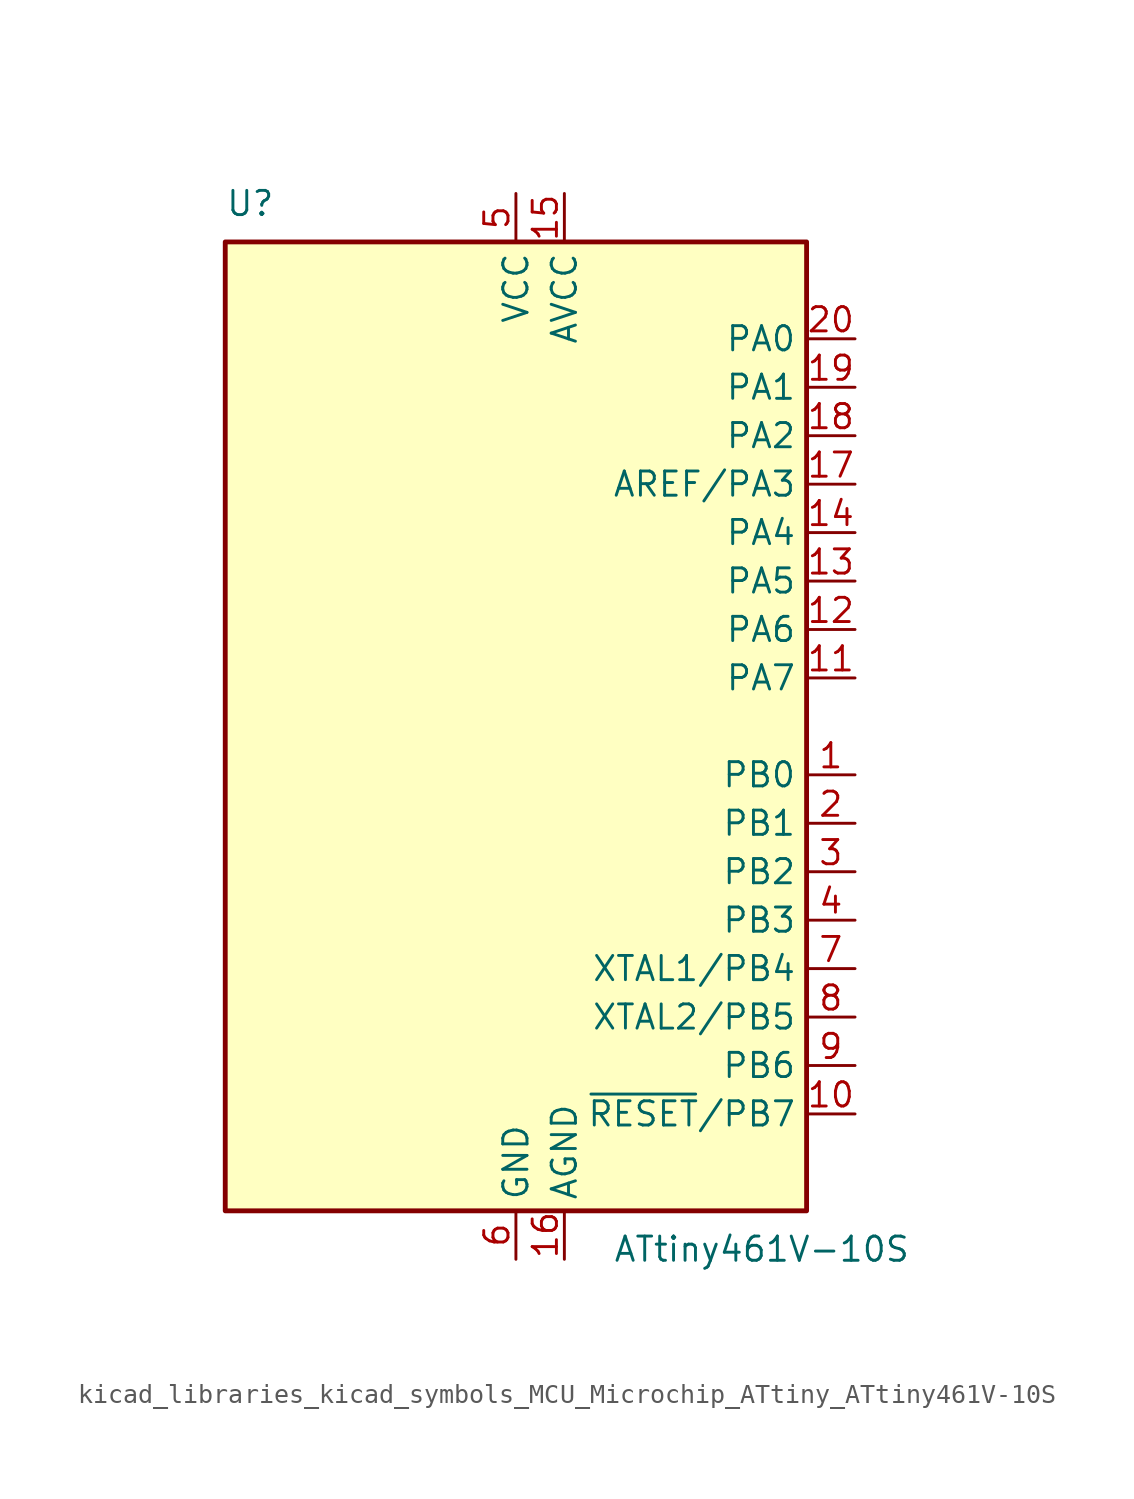
<source format=kicad_sym>
(kicad_symbol_lib
  (version 20220914)
  (generator kicad_symbol_editor)
  (symbol "kicad_libraries_kicad_symbols_MCU_Microchip_ATtiny_ATtiny461V-10S"
    (property "Reference" "U"
      (at -15.24 26.67 0)
      (effects (font (size 1.27 1.27)) (justify left bottom)))
    (property "Value" "ATtiny461V-10S"
      (at 5.08 -26.67 0)
      (effects (font (size 1.27 1.27)) (justify left top)))
    (symbol "kicad_libraries_kicad_symbols_MCU_Microchip_ATtiny_ATtiny461V-10S_0_1"
      (rectangle (start -15.24 -25.4) (end 15.24 25.4) (stroke (width 0.254) (type default)) (fill (type background))))
    (symbol "kicad_libraries_kicad_symbols_MCU_Microchip_ATtiny_ATtiny461V-10S_1_1"
      (pin bidirectional line (at 17.78 -2.54 180) (length 2.54) (name "PB0" (effects (font (size 1.27 1.27)))) (number "1" (effects (font (size 1.27 1.27)))))
      (pin bidirectional line (at 17.78 -20.32 180) (length 2.54) (name "~{RESET}/PB7" (effects (font (size 1.27 1.27)))) (number "10" (effects (font (size 1.27 1.27)))))
      (pin bidirectional line (at 17.78 2.54 180) (length 2.54) (name "PA7" (effects (font (size 1.27 1.27)))) (number "11" (effects (font (size 1.27 1.27)))))
      (pin bidirectional line (at 17.78 5.08 180) (length 2.54) (name "PA6" (effects (font (size 1.27 1.27)))) (number "12" (effects (font (size 1.27 1.27)))))
      (pin bidirectional line (at 17.78 7.62 180) (length 2.54) (name "PA5" (effects (font (size 1.27 1.27)))) (number "13" (effects (font (size 1.27 1.27)))))
      (pin bidirectional line (at 17.78 10.16 180) (length 2.54) (name "PA4" (effects (font (size 1.27 1.27)))) (number "14" (effects (font (size 1.27 1.27)))))
      (pin power_in line (at 2.54 27.94 270) (length 2.54) (name "AVCC" (effects (font (size 1.27 1.27)))) (number "15" (effects (font (size 1.27 1.27)))))
      (pin power_in line (at 2.54 -27.94 90) (length 2.54) (name "AGND" (effects (font (size 1.27 1.27)))) (number "16" (effects (font (size 1.27 1.27)))))
      (pin bidirectional line (at 17.78 12.7 180) (length 2.54) (name "AREF/PA3" (effects (font (size 1.27 1.27)))) (number "17" (effects (font (size 1.27 1.27)))))
      (pin bidirectional line (at 17.78 15.24 180) (length 2.54) (name "PA2" (effects (font (size 1.27 1.27)))) (number "18" (effects (font (size 1.27 1.27)))))
      (pin bidirectional line (at 17.78 17.78 180) (length 2.54) (name "PA1" (effects (font (size 1.27 1.27)))) (number "19" (effects (font (size 1.27 1.27)))))
      (pin bidirectional line (at 17.78 -5.08 180) (length 2.54) (name "PB1" (effects (font (size 1.27 1.27)))) (number "2" (effects (font (size 1.27 1.27)))))
      (pin bidirectional line (at 17.78 20.32 180) (length 2.54) (name "PA0" (effects (font (size 1.27 1.27)))) (number "20" (effects (font (size 1.27 1.27)))))
      (pin bidirectional line (at 17.78 -7.62 180) (length 2.54) (name "PB2" (effects (font (size 1.27 1.27)))) (number "3" (effects (font (size 1.27 1.27)))))
      (pin bidirectional line (at 17.78 -10.16 180) (length 2.54) (name "PB3" (effects (font (size 1.27 1.27)))) (number "4" (effects (font (size 1.27 1.27)))))
      (pin power_in line (at 0 27.94 270) (length 2.54) (name "VCC" (effects (font (size 1.27 1.27)))) (number "5" (effects (font (size 1.27 1.27)))))
      (pin power_in line (at 0 -27.94 90) (length 2.54) (name "GND" (effects (font (size 1.27 1.27)))) (number "6" (effects (font (size 1.27 1.27)))))
      (pin bidirectional line (at 17.78 -12.7 180) (length 2.54) (name "XTAL1/PB4" (effects (font (size 1.27 1.27)))) (number "7" (effects (font (size 1.27 1.27)))))
      (pin bidirectional line (at 17.78 -15.24 180) (length 2.54) (name "XTAL2/PB5" (effects (font (size 1.27 1.27)))) (number "8" (effects (font (size 1.27 1.27)))))
      (pin bidirectional line (at 17.78 -17.78 180) (length 2.54) (name "PB6" (effects (font (size 1.27 1.27)))) (number "9" (effects (font (size 1.27 1.27))))))))
</source>
